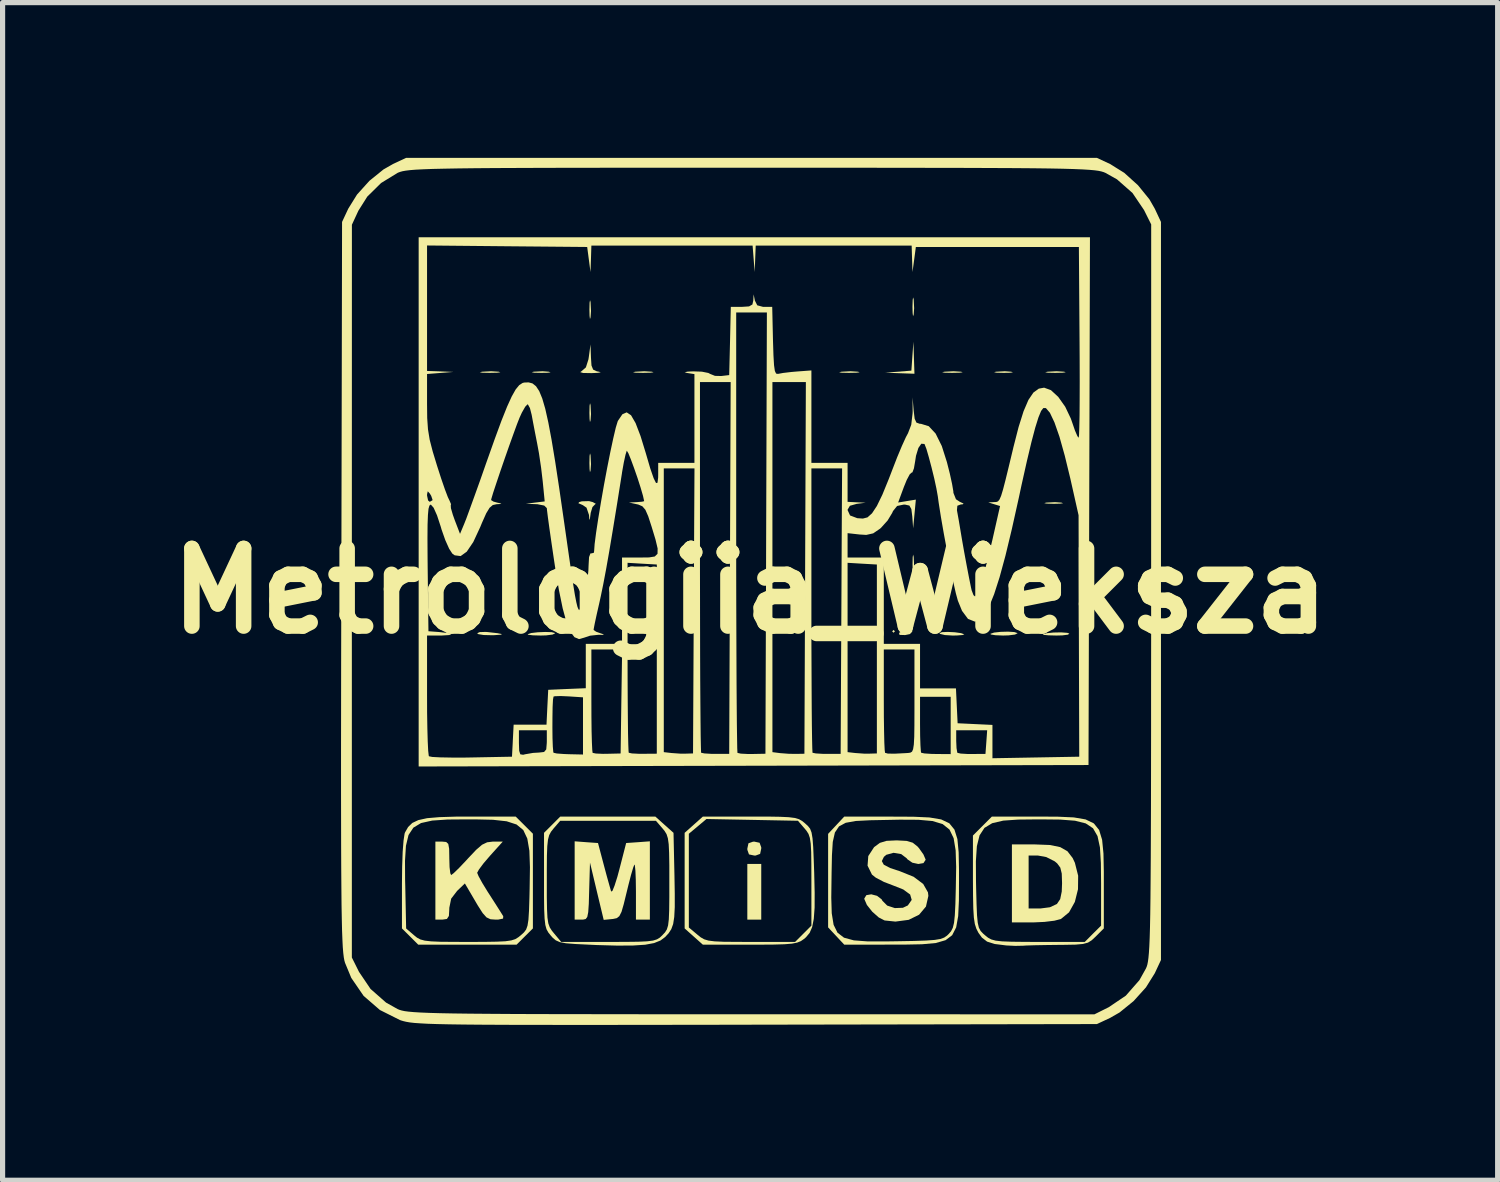
<source format=kicad_pcb>
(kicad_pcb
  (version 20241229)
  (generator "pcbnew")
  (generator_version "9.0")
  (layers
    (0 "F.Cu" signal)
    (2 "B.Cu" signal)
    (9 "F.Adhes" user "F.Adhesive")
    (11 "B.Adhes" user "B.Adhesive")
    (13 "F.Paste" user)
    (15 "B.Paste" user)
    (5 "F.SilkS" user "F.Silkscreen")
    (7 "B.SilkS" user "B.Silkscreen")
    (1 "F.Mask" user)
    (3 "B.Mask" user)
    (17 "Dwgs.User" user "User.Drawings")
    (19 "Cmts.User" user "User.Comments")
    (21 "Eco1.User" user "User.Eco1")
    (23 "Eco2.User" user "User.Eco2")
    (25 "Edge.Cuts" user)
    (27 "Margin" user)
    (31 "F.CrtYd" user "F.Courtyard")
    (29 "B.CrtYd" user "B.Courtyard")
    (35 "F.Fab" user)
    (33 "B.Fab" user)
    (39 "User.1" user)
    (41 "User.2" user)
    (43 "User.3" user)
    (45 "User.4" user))
  (footprint "Metrologiia_Wieksza"
    (layer "F.Cu")
    (at 11.443 8.368)
    (property "Reference" "Metrologiia_Wieksza" (at 0 0 0) (layer "F.SilkS") (effects (font (size 1.5 1.5) (thickness 0.3))))
    (attr board_only exclude_from_pos_files exclude_from_bom)
    (fp_poly (pts (xy 2.798 0.78) (xy 2.771 0.807) (xy 2.744 0.78) (xy 2.771 0.753)) (stroke (width 0) (type solid)) (fill yes) (layer "F.SilkS"))
    (fp_poly (pts (xy -3.888 -4.236) (xy -3.855 -4.224) (xy -3.916 -4.216) (xy -4.036 -4.214) (xy -4.169 -4.217) (xy -4.219 -4.226) (xy -4.184 -4.236) (xy -4.01 -4.245)) (stroke (width 0) (type solid)) (fill yes) (layer "F.SilkS"))
    (fp_poly (pts (xy -3.083 -5.583) (xy -3.074 -5.409) (xy -3.083 -5.287) (xy -3.094 -5.254) (xy -3.102 -5.315) (xy -3.105 -5.435) (xy -3.102 -5.568) (xy -3.093 -5.618)) (stroke (width 0) (type solid)) (fill yes) (layer "F.SilkS"))
    (fp_poly (pts (xy -3.083 -3.592) (xy -3.074 -3.418) (xy -3.083 -3.296) (xy -3.094 -3.263) (xy -3.102 -3.324) (xy -3.105 -3.444) (xy -3.102 -3.577) (xy -3.093 -3.627)) (stroke (width 0) (type solid)) (fill yes) (layer "F.SilkS"))
    (fp_poly (pts (xy -3.083 -2.623) (xy -3.074 -2.45) (xy -3.083 -2.327) (xy -3.094 -2.294) (xy -3.102 -2.355) (xy -3.105 -2.475) (xy -3.102 -2.608) (xy -3.093 -2.658)) (stroke (width 0) (type solid)) (fill yes) (layer "F.SilkS"))
    (fp_poly (pts (xy 0.215 5.812) (xy 0.215 6.35) (xy 0.081 6.35) (xy -0.054 6.35) (xy -0.054 5.812) (xy -0.054 5.274) (xy 0.081 5.274) (xy 0.215 5.274)) (stroke (width 0) (type solid)) (fill yes) (layer "F.SilkS"))
    (fp_poly (pts (xy 3.16 -5.637) (xy 3.169 -5.463) (xy 3.16 -5.341) (xy 3.148 -5.308) (xy 3.14 -5.369) (xy 3.137 -5.489) (xy 3.141 -5.622) (xy 3.149 -5.672)) (stroke (width 0) (type solid)) (fill yes) (layer "F.SilkS"))
    (fp_poly (pts (xy 3.165 -4.507) (xy 3.175 -4.197) (xy 2.892 -4.207) (xy 2.61 -4.217) (xy 2.863 -4.237) (xy 3.116 -4.257) (xy 3.135 -4.537) (xy 3.155 -4.816)) (stroke (width 0) (type solid)) (fill yes) (layer "F.SilkS"))
    (fp_poly (pts (xy 5.045 -4.236) (xy 5.078 -4.224) (xy 5.017 -4.216) (xy 4.897 -4.214) (xy 4.764 -4.217) (xy 4.714 -4.226) (xy 4.749 -4.236) (xy 4.923 -4.245)) (stroke (width 0) (type solid)) (fill yes) (layer "F.SilkS"))
    (fp_poly (pts (xy 6.014 -1.707) (xy 6.047 -1.695) (xy 5.986 -1.687) (xy 5.866 -1.684) (xy 5.733 -1.688) (xy 5.683 -1.696) (xy 5.718 -1.707) (xy 5.892 -1.716)) (stroke (width 0) (type solid)) (fill yes) (layer "F.SilkS"))
    (fp_poly (pts (xy -4.856 -4.236) (xy -4.826 -4.225) (xy -4.89 -4.217) (xy -5.032 -4.214) (xy -5.17 -4.217) (xy -5.223 -4.225) (xy -5.18 -4.236) (xy -5.179 -4.236) (xy -5.003 -4.245)) (stroke (width 0) (type solid)) (fill yes) (layer "F.SilkS"))
    (fp_poly (pts (xy -1.896 -4.236) (xy -1.866 -4.225) (xy -1.93 -4.217) (xy -2.072 -4.214) (xy -2.21 -4.217) (xy -2.263 -4.225) (xy -2.22 -4.236) (xy -2.219 -4.236) (xy -2.043 -4.245)) (stroke (width 0) (type solid)) (fill yes) (layer "F.SilkS"))
    (fp_poly (pts (xy 2.086 -4.236) (xy 2.116 -4.225) (xy 2.052 -4.217) (xy 1.91 -4.214) (xy 1.772 -4.217) (xy 1.719 -4.225) (xy 1.762 -4.236) (xy 1.763 -4.236) (xy 1.939 -4.245)) (stroke (width 0) (type solid)) (fill yes) (layer "F.SilkS"))
    (fp_poly (pts (xy 3.16 -0.66) (xy 3.16 -0.658) (xy 3.169 -0.483) (xy 3.16 -0.335) (xy 3.148 -0.306) (xy 3.141 -0.37) (xy 3.138 -0.511) (xy 3.141 -0.649) (xy 3.149 -0.703)) (stroke (width 0) (type solid)) (fill yes) (layer "F.SilkS"))
    (fp_poly (pts (xy 4.077 -4.236) (xy 4.107 -4.225) (xy 4.043 -4.217) (xy 3.901 -4.214) (xy 3.763 -4.217) (xy 3.71 -4.225) (xy 3.753 -4.236) (xy 3.754 -4.236) (xy 3.93 -4.245)) (stroke (width 0) (type solid)) (fill yes) (layer "F.SilkS"))
    (fp_poly (pts (xy 6.068 -4.236) (xy 6.098 -4.225) (xy 6.034 -4.217) (xy 5.893 -4.214) (xy 5.754 -4.217) (xy 5.701 -4.225) (xy 5.744 -4.236) (xy 5.746 -4.236) (xy 5.921 -4.245)) (stroke (width 0) (type solid)) (fill yes) (layer "F.SilkS"))
    (fp_poly (pts (xy -5.072 0.794) (xy -4.88 0.816) (xy -4.795 0.833) (xy -4.816 0.845) (xy -4.945 0.854) (xy -4.991 0.855) (xy -5.149 0.851) (xy -5.252 0.834) (xy -5.274 0.818) (xy -5.227 0.795) (xy -5.109 0.791)) (stroke (width 0) (type solid)) (fill yes) (layer "F.SilkS"))
    (fp_poly (pts (xy 3.955 0.798) (xy 4.076 0.815) (xy 4.139 0.838) (xy 4.105 0.851) (xy 3.992 0.86) (xy 3.91 0.861) (xy 3.763 0.852) (xy 3.673 0.83) (xy 3.659 0.815) (xy 3.706 0.796) (xy 3.818 0.791)) (stroke (width 0) (type solid)) (fill yes) (layer "F.SilkS"))
    (fp_poly (pts (xy 6.127 0.809) (xy 6.168 0.823) (xy 6.142 0.844) (xy 6.034 0.858) (xy 5.919 0.861) (xy 5.765 0.857) (xy 5.67 0.848) (xy 5.655 0.839) (xy 5.727 0.817) (xy 5.86 0.803) (xy 6.008 0.8)) (stroke (width 0) (type solid)) (fill yes) (layer "F.SilkS"))
    (fp_poly (pts (xy -3.835 0.796) (xy -3.77 0.812) (xy -3.767 0.817) (xy -3.815 0.842) (xy -3.94 0.858) (xy -4.045 0.861) (xy -4.196 0.857) (xy -4.286 0.846) (xy -4.298 0.836) (xy -4.23 0.813) (xy -4.104 0.798) (xy -3.96 0.792)) (stroke (width 0) (type solid)) (fill yes) (layer "F.SilkS"))
    (fp_poly (pts (xy 0.183 4.865) (xy 0.215 4.953) (xy 0.215 4.978) (xy 0.193 5.08) (xy 0.106 5.112) (xy 0.081 5.112) (xy -0.022 5.09) (xy -0.053 5.003) (xy -0.054 4.978) (xy -0.032 4.875) (xy 0.056 4.844) (xy 0.081 4.843)) (stroke (width 0) (type solid)) (fill yes) (layer "F.SilkS"))
    (fp_poly (pts (xy 5.105 0.794) (xy 5.165 0.814) (xy 5.166 0.818) (xy 5.118 0.842) (xy 4.993 0.858) (xy 4.888 0.861) (xy 4.739 0.855) (xy 4.652 0.841) (xy 4.643 0.828) (xy 4.713 0.804) (xy 4.839 0.79) (xy 4.983 0.786)) (stroke (width 0) (type solid)) (fill yes) (layer "F.SilkS"))
    (fp_poly (pts (xy -3.075 -4.51) (xy -3.065 -4.356) (xy -3.033 -4.277) (xy -2.963 -4.244) (xy -2.919 -4.236) (xy -2.886 -4.224) (xy -2.947 -4.214) (xy -3.067 -4.209) (xy -3.227 -4.212) (xy -3.283 -4.228) (xy -3.256 -4.247) (xy -3.173 -4.32) (xy -3.124 -4.474) (xy -3.116 -4.525) (xy -3.084 -4.763)) (stroke (width 0) (type solid)) (fill yes) (layer "F.SilkS"))
    (fp_poly (pts (xy -3.04 -1.717) (xy -2.981 -1.684) (xy -2.997 -1.672) (xy -3.046 -1.622) (xy -3.081 -1.506) (xy -3.082 -1.493) (xy -3.097 -1.385) (xy -3.106 -1.379) (xy -3.113 -1.468) (xy -3.161 -1.609) (xy -3.238 -1.661) (xy -3.319 -1.696) (xy -3.301 -1.718) (xy -3.251 -1.732) (xy -3.113 -1.736)) (stroke (width 0) (type solid)) (fill yes) (layer "F.SilkS"))
    (fp_poly (pts (xy 3.154 0.511) (xy 3.148 0.69) (xy 3.13 0.789) (xy 3.087 0.833) (xy 3.006 0.85) (xy 2.994 0.852) (xy 2.887 0.849) (xy 2.877 0.81) (xy 2.955 0.766) (xy 3.004 0.765) (xy 3.06 0.753) (xy 3.096 0.678) (xy 3.123 0.521) (xy 3.127 0.484) (xy 3.161 0.188)) (stroke (width 0) (type solid)) (fill yes) (layer "F.SilkS"))
    (fp_poly (pts (xy 5.79 4.908) (xy 5.991 4.949) (xy 6.131 5.029) (xy 6.231 5.159) (xy 6.275 5.252) (xy 6.338 5.502) (xy 6.335 5.763) (xy 6.274 6.008) (xy 6.162 6.209) (xy 6.006 6.337) (xy 6.002 6.339) (xy 5.878 6.371) (xy 5.687 6.394) (xy 5.47 6.404) (xy 5.46 6.404) (xy 5.058 6.404) (xy 5.058 5.65) (xy 5.058 5.624) (xy 5.381 5.624) (xy 5.381 6.135) (xy 5.606 6.135) (xy 5.792 6.111) (xy 5.925 6.049) (xy 5.929 6.046) (xy 5.991 5.954) (xy 6.021 5.807) (xy 6.027 5.646) (xy 6.021 5.46) (xy 5.993 5.345) (xy 5.932 5.263) (xy 5.885 5.224) (xy 5.721 5.141) (xy 5.562 5.112) (xy 5.381 5.112) (xy 5.381 5.624) (xy 5.058 5.624) (xy 5.058 4.897) (xy 5.504 4.897)) (stroke (width 0) (type solid)) (fill yes) (layer "F.SilkS"))
    (fp_poly (pts (xy -1.937 5.594) (xy -1.937 6.35) (xy -2.072 6.35) (xy -2.206 6.35) (xy -2.206 5.803) (xy -2.209 5.579) (xy -2.216 5.405) (xy -2.227 5.303) (xy -2.236 5.285) (xy -2.26 5.347) (xy -2.302 5.49) (xy -2.353 5.688) (xy -2.385 5.819) (xy -2.442 6.052) (xy -2.485 6.2) (xy -2.527 6.283) (xy -2.578 6.322) (xy -2.648 6.337) (xy -2.667 6.339) (xy -2.829 6.355) (xy -2.962 5.801) (xy -3.094 5.247) (xy -3.11 5.798) (xy -3.117 6.046) (xy -3.128 6.206) (xy -3.146 6.297) (xy -3.176 6.338) (xy -3.225 6.349) (xy -3.258 6.35) (xy -3.39 6.35) (xy -3.39 5.594) (xy -3.39 4.837) (xy -3.165 4.854) (xy -2.939 4.87) (xy -2.825 5.301) (xy -2.769 5.51) (xy -2.72 5.685) (xy -2.689 5.794) (xy -2.684 5.808) (xy -2.66 5.794) (xy -2.619 5.693) (xy -2.565 5.523) (xy -2.526 5.378) (xy -2.395 4.87) (xy -2.166 4.854) (xy -1.937 4.837)) (stroke (width 0) (type solid)) (fill yes) (layer "F.SilkS"))
    (fp_poly (pts (xy -5.872 4.85) (xy -5.832 4.887) (xy -5.815 4.981) (xy -5.812 5.155) (xy -5.812 5.166) (xy -5.807 5.336) (xy -5.793 5.453) (xy -5.777 5.489) (xy -5.727 5.452) (xy -5.625 5.353) (xy -5.491 5.212) (xy -5.449 5.166) (xy -5.293 5.001) (xy -5.179 4.903) (xy -5.081 4.856) (xy -4.976 4.843) (xy -4.968 4.843) (xy -4.779 4.843) (xy -5.027 5.118) (xy -5.151 5.263) (xy -5.239 5.381) (xy -5.274 5.445) (xy -5.274 5.445) (xy -5.246 5.512) (xy -5.174 5.643) (xy -5.07 5.813) (xy -5.042 5.856) (xy -4.927 6.035) (xy -4.833 6.183) (xy -4.776 6.274) (xy -4.77 6.283) (xy -4.773 6.33) (xy -4.865 6.349) (xy -4.916 6.35) (xy -5.016 6.343) (xy -5.093 6.307) (xy -5.168 6.223) (xy -5.265 6.071) (xy -5.306 6.001) (xy -5.511 5.651) (xy -5.661 5.795) (xy -5.776 5.945) (xy -5.812 6.123) (xy -5.812 6.145) (xy -5.82 6.279) (xy -5.858 6.337) (xy -5.946 6.35) (xy -5.946 6.35) (xy -6.081 6.35) (xy -6.081 5.597) (xy -6.081 4.843) (xy -5.946 4.843)) (stroke (width 0) (type solid)) (fill yes) (layer "F.SilkS"))
    (fp_poly (pts (xy 2.837 4.819) (xy 3.022 4.829) (xy 3.14 4.863) (xy 3.232 4.935) (xy 3.263 4.97) (xy 3.348 5.09) (xy 3.39 5.187) (xy 3.39 5.196) (xy 3.349 5.258) (xy 3.25 5.275) (xy 3.134 5.25) (xy 3.04 5.185) (xy 3.026 5.166) (xy 2.919 5.084) (xy 2.771 5.059) (xy 2.632 5.097) (xy 2.585 5.137) (xy 2.545 5.219) (xy 2.582 5.288) (xy 2.706 5.353) (xy 2.891 5.414) (xy 3.159 5.522) (xy 3.344 5.661) (xy 3.436 5.823) (xy 3.444 5.892) (xy 3.397 6.098) (xy 3.265 6.255) (xy 3.064 6.354) (xy 2.808 6.388) (xy 2.598 6.366) (xy 2.485 6.308) (xy 2.36 6.197) (xy 2.256 6.066) (xy 2.207 5.953) (xy 2.206 5.942) (xy 2.246 5.877) (xy 2.341 5.861) (xy 2.452 5.89) (xy 2.54 5.957) (xy 2.557 5.987) (xy 2.649 6.079) (xy 2.796 6.127) (xy 2.952 6.121) (xy 3.047 6.076) (xy 3.122 5.969) (xy 3.092 5.865) (xy 2.96 5.768) (xy 2.771 5.693) (xy 2.584 5.621) (xy 2.428 5.539) (xy 2.354 5.48) (xy 2.269 5.307) (xy 2.283 5.122) (xy 2.393 4.953) (xy 2.399 4.947) (xy 2.507 4.867) (xy 2.635 4.828) (xy 2.825 4.819)) (stroke (width 0) (type solid)) (fill yes) (layer "F.SilkS"))
    (fp_poly (pts (xy 0.332 4.359) (xy 0.575 4.363) (xy 0.747 4.371) (xy 0.864 4.386) (xy 0.945 4.41) (xy 1.006 4.445) (xy 1.06 4.489) (xy 1.117 4.541) (xy 1.159 4.594) (xy 1.187 4.668) (xy 1.206 4.78) (xy 1.219 4.949) (xy 1.229 5.193) (xy 1.238 5.444) (xy 1.247 5.827) (xy 1.246 6.119) (xy 1.23 6.336) (xy 1.199 6.493) (xy 1.15 6.606) (xy 1.079 6.691) (xy 1.04 6.724) (xy 0.981 6.765) (xy 0.909 6.794) (xy 0.809 6.814) (xy 0.662 6.826) (xy 0.45 6.832) (xy 0.156 6.834) (xy -0.006 6.834) (xy -0.913 6.834) (xy -1.089 6.677) (xy -1.265 6.52) (xy -1.265 5.596) (xy -1.265 4.691) (xy -1.184 4.691) (xy -1.184 5.597) (xy -1.184 6.502) (xy -1.018 6.641) (xy -0.953 6.693) (xy -0.888 6.73) (xy -0.805 6.755) (xy -0.685 6.77) (xy -0.51 6.778) (xy -0.261 6.78) (xy 0.008 6.781) (xy 0.869 6.781) (xy 1.027 6.623) (xy 1.184 6.466) (xy 1.184 5.604) (xy 1.183 5.28) (xy 1.18 5.046) (xy 1.171 4.882) (xy 1.154 4.771) (xy 1.128 4.694) (xy 1.089 4.633) (xy 1.054 4.591) (xy 0.924 4.44) (xy 0.04 4.423) (xy -0.844 4.406) (xy -1.014 4.549) (xy -1.184 4.691) (xy -1.265 4.691) (xy -1.265 4.673) (xy -1.089 4.516) (xy -0.913 4.359) (xy -0.002 4.359)) (stroke (width 0) (type solid)) (fill yes) (layer "F.SilkS"))
    (fp_poly (pts (xy -4.363 4.524) (xy -4.197 4.69) (xy -4.197 5.605) (xy -4.197 6.52) (xy -4.355 6.677) (xy -4.512 6.834) (xy -5.462 6.834) (xy -6.412 6.834) (xy -6.569 6.677) (xy -6.727 6.52) (xy -6.727 5.657) (xy -6.723 5.324) (xy -6.719 5.212) (xy -6.668 5.212) (xy -6.666 5.592) (xy -6.663 5.703) (xy -6.646 6.521) (xy -6.495 6.651) (xy -6.435 6.699) (xy -6.371 6.733) (xy -6.286 6.756) (xy -6.162 6.77) (xy -5.98 6.778) (xy -5.723 6.78) (xy -5.462 6.781) (xy -5.134 6.78) (xy -4.896 6.776) (xy -4.729 6.768) (xy -4.616 6.752) (xy -4.537 6.727) (xy -4.476 6.689) (xy -4.429 6.651) (xy -4.37 6.597) (xy -4.328 6.542) (xy -4.301 6.466) (xy -4.283 6.351) (xy -4.272 6.177) (xy -4.264 5.925) (xy -4.26 5.749) (xy -4.254 5.337) (xy -4.265 5.019) (xy -4.305 4.784) (xy -4.383 4.619) (xy -4.513 4.512) (xy -4.704 4.45) (xy -4.967 4.421) (xy -5.315 4.413) (xy -5.462 4.413) (xy -5.847 4.416) (xy -6.142 4.436) (xy -6.358 4.484) (xy -6.506 4.573) (xy -6.6 4.715) (xy -6.65 4.924) (xy -6.668 5.212) (xy -6.719 5.212) (xy -6.713 5.04) (xy -6.696 4.822) (xy -6.676 4.689) (xy -6.668 4.666) (xy -6.608 4.561) (xy -6.527 4.482) (xy -6.41 4.427) (xy -6.241 4.39) (xy -6.005 4.37) (xy -5.687 4.36) (xy -5.418 4.359) (xy -4.529 4.359)) (stroke (width 0) (type solid)) (fill yes) (layer "F.SilkS"))
    (fp_poly (pts (xy 2.753 4.36) (xy 3.156 4.362) (xy 3.465 4.376) (xy 3.691 4.414) (xy 3.848 4.488) (xy 3.948 4.611) (xy 4.005 4.794) (xy 4.029 5.05) (xy 4.036 5.391) (xy 4.036 5.597) (xy 4.034 5.985) (xy 4.02 6.282) (xy 3.981 6.5) (xy 3.904 6.651) (xy 3.777 6.747) (xy 3.587 6.802) (xy 3.321 6.826) (xy 2.966 6.833) (xy 2.753 6.833) (xy 1.819 6.834) (xy 1.663 6.667) (xy 1.507 6.5) (xy 1.507 5.926) (xy 1.568 5.926) (xy 1.577 6.228) (xy 1.613 6.45) (xy 1.688 6.602) (xy 1.814 6.699) (xy 2.005 6.751) (xy 2.272 6.771) (xy 2.628 6.771) (xy 2.837 6.768) (xy 3.164 6.762) (xy 3.401 6.754) (xy 3.566 6.742) (xy 3.676 6.724) (xy 3.749 6.697) (xy 3.804 6.659) (xy 3.833 6.631) (xy 3.882 6.575) (xy 3.916 6.508) (xy 3.94 6.411) (xy 3.955 6.265) (xy 3.966 6.049) (xy 3.974 5.746) (xy 3.981 5.331) (xy 3.971 5.012) (xy 3.932 4.776) (xy 3.852 4.61) (xy 3.72 4.504) (xy 3.523 4.445) (xy 3.251 4.421) (xy 2.891 4.419) (xy 2.688 4.423) (xy 2.319 4.43) (xy 2.043 4.444) (xy 1.847 4.479) (xy 1.717 4.549) (xy 1.638 4.667) (xy 1.597 4.848) (xy 1.581 5.104) (xy 1.574 5.451) (xy 1.573 5.531) (xy 1.568 5.926) (xy 1.507 5.926) (xy 1.507 5.597) (xy 1.507 4.693) (xy 1.663 4.526) (xy 1.819 4.359)) (stroke (width 0) (type solid)) (fill yes) (layer "F.SilkS"))
    (fp_poly (pts (xy 5.941 4.361) (xy 6.253 4.375) (xy 6.482 4.414) (xy 6.641 4.491) (xy 6.743 4.618) (xy 6.801 4.808) (xy 6.827 5.073) (xy 6.834 5.425) (xy 6.834 5.652) (xy 6.834 6.52) (xy 6.677 6.677) (xy 6.601 6.748) (xy 6.528 6.794) (xy 6.432 6.82) (xy 6.289 6.833) (xy 6.073 6.837) (xy 5.964 6.838) (xy 5.715 6.841) (xy 5.495 6.845) (xy 5.333 6.85) (xy 5.274 6.854) (xy 5.123 6.857) (xy 4.951 6.849) (xy 4.951 6.849) (xy 4.726 6.821) (xy 4.579 6.775) (xy 4.479 6.698) (xy 4.411 6.604) (xy 4.371 6.526) (xy 4.342 6.435) (xy 4.323 6.312) (xy 4.312 6.136) (xy 4.307 5.89) (xy 4.305 5.578) (xy 4.305 5.221) (xy 4.362 5.221) (xy 4.364 5.601) (xy 4.367 5.752) (xy 4.375 6.054) (xy 4.384 6.267) (xy 4.398 6.412) (xy 4.42 6.506) (xy 4.454 6.57) (xy 4.504 6.622) (xy 4.537 6.651) (xy 4.597 6.699) (xy 4.66 6.733) (xy 4.744 6.756) (xy 4.868 6.77) (xy 5.049 6.777) (xy 5.304 6.78) (xy 5.577 6.781) (xy 6.466 6.781) (xy 6.623 6.623) (xy 6.781 6.466) (xy 6.781 5.652) (xy 6.777 5.256) (xy 6.759 4.955) (xy 6.712 4.736) (xy 6.625 4.585) (xy 6.484 4.491) (xy 6.277 4.439) (xy 5.991 4.417) (xy 5.614 4.413) (xy 5.56 4.413) (xy 5.182 4.417) (xy 4.891 4.437) (xy 4.677 4.487) (xy 4.528 4.577) (xy 4.433 4.722) (xy 4.381 4.932) (xy 4.362 5.221) (xy 4.305 5.221) (xy 4.305 4.725) (xy 4.488 4.542) (xy 4.671 4.359) (xy 5.535 4.359)) (stroke (width 0) (type solid)) (fill yes) (layer "F.SilkS"))
    (fp_poly (pts (xy -1.656 4.516) (xy -1.48 4.673) (xy -1.462 5.492) (xy -1.456 5.845) (xy -1.456 6.108) (xy -1.466 6.299) (xy -1.487 6.435) (xy -1.523 6.534) (xy -1.575 6.614) (xy -1.643 6.687) (xy -1.733 6.754) (xy -1.856 6.803) (xy -2.027 6.835) (xy -2.259 6.85) (xy -2.567 6.852) (xy -2.963 6.841) (xy -3.113 6.834) (xy -3.378 6.821) (xy -3.558 6.807) (xy -3.676 6.785) (xy -3.755 6.75) (xy -3.816 6.698) (xy -3.853 6.656) (xy -3.9 6.597) (xy -3.934 6.535) (xy -3.957 6.452) (xy -3.971 6.331) (xy -3.979 6.153) (xy -3.982 5.903) (xy -3.982 5.595) (xy -3.928 5.595) (xy -3.928 5.917) (xy -3.924 6.149) (xy -3.916 6.311) (xy -3.899 6.422) (xy -3.871 6.5) (xy -3.831 6.563) (xy -3.789 6.615) (xy -3.65 6.781) (xy -2.737 6.781) (xy -2.404 6.78) (xy -2.161 6.777) (xy -1.991 6.769) (xy -1.876 6.755) (xy -1.8 6.731) (xy -1.744 6.697) (xy -1.693 6.649) (xy -1.693 6.648) (xy -1.644 6.596) (xy -1.609 6.54) (xy -1.585 6.462) (xy -1.571 6.346) (xy -1.564 6.173) (xy -1.561 5.925) (xy -1.561 5.629) (xy -1.561 5.3) (xy -1.565 5.061) (xy -1.573 4.893) (xy -1.589 4.779) (xy -1.614 4.7) (xy -1.651 4.639) (xy -1.69 4.591) (xy -1.82 4.44) (xy -2.744 4.44) (xy -3.669 4.44) (xy -3.799 4.591) (xy -3.847 4.652) (xy -3.882 4.717) (xy -3.905 4.803) (xy -3.919 4.93) (xy -3.926 5.115) (xy -3.928 5.378) (xy -3.928 5.595) (xy -3.982 5.595) (xy -3.982 5.589) (xy -3.982 4.673) (xy -3.825 4.516) (xy -3.668 4.359) (xy -2.749 4.359) (xy -1.831 4.359)) (stroke (width 0) (type solid)) (fill yes) (layer "F.SilkS"))
    (fp_poly (pts (xy 6.955 -8.249) (xy 7.228 -8.079) (xy 7.493 -7.84) (xy 7.714 -7.568) (xy 7.819 -7.385) (xy 7.938 -7.13) (xy 7.938 0) (xy 7.938 7.13) (xy 7.819 7.385) (xy 7.648 7.659) (xy 7.409 7.924) (xy 7.138 8.144) (xy 6.955 8.249) (xy 6.7 8.368) (xy 0.108 8.38) (xy -0.873 8.382) (xy -1.751 8.383) (xy -2.534 8.384) (xy -3.226 8.385) (xy -3.835 8.384) (xy -4.365 8.384) (xy -4.822 8.382) (xy -5.213 8.38) (xy -5.543 8.377) (xy -5.818 8.373) (xy -6.045 8.368) (xy -6.228 8.362) (xy -6.373 8.354) (xy -6.488 8.346) (xy -6.576 8.336) (xy -6.645 8.324) (xy -6.7 8.311) (xy -6.747 8.297) (xy -6.768 8.289) (xy -7.153 8.096) (xy -7.468 7.823) (xy -7.706 7.476) (xy -7.827 7.184) (xy -7.84 7.137) (xy -7.85 7.082) (xy -7.695 7.082) (xy -7.557 7.359) (xy -7.334 7.689) (xy -7.034 7.953) (xy -6.811 8.078) (xy -6.775 8.093) (xy -6.731 8.106) (xy -6.674 8.118) (xy -6.598 8.128) (xy -6.497 8.137) (xy -6.365 8.145) (xy -6.197 8.152) (xy -5.986 8.158) (xy -5.728 8.163) (xy -5.415 8.167) (xy -5.043 8.17) (xy -4.606 8.173) (xy -4.097 8.175) (xy -3.511 8.176) (xy -2.843 8.177) (xy -2.086 8.178) (xy -1.235 8.178) (xy -0.284 8.178) (xy 0.03 8.178) (xy 6.652 8.18) (xy 6.929 8.042) (xy 7.259 7.819) (xy 7.522 7.519) (xy 7.647 7.295) (xy 7.662 7.26) (xy 7.675 7.218) (xy 7.686 7.162) (xy 7.696 7.088) (xy 7.705 6.99) (xy 7.713 6.862) (xy 7.72 6.698) (xy 7.726 6.494) (xy 7.731 6.243) (xy 7.735 5.94) (xy 7.738 5.58) (xy 7.741 5.156) (xy 7.743 4.663) (xy 7.745 4.096) (xy 7.746 3.449) (xy 7.747 2.716) (xy 7.747 1.892) (xy 7.748 0.971) (xy 7.748 -0.003) (xy 7.749 -7.082) (xy 7.611 -7.359) (xy 7.388 -7.689) (xy 7.088 -7.953) (xy 6.865 -8.078) (xy 6.829 -8.093) (xy 6.785 -8.106) (xy 6.728 -8.118) (xy 6.652 -8.128) (xy 6.551 -8.137) (xy 6.419 -8.145) (xy 6.251 -8.152) (xy 6.041 -8.158) (xy 5.782 -8.163) (xy 5.47 -8.167) (xy 5.098 -8.17) (xy 4.661 -8.172) (xy 4.153 -8.174) (xy 3.567 -8.175) (xy 2.899 -8.176) (xy 2.143 -8.177) (xy 1.292 -8.177) (xy 0.341 -8.177) (xy 0.027 -8.177) (xy -0.956 -8.177) (xy -1.837 -8.177) (xy -2.622 -8.177) (xy -3.317 -8.176) (xy -3.927 -8.175) (xy -4.458 -8.173) (xy -4.917 -8.171) (xy -5.308 -8.168) (xy -5.638 -8.164) (xy -5.913 -8.159) (xy -6.137 -8.154) (xy -6.318 -8.147) (xy -6.46 -8.14) (xy -6.57 -8.131) (xy -6.653 -8.121) (xy -6.715 -8.11) (xy -6.762 -8.097) (xy -6.8 -8.083) (xy -6.811 -8.078) (xy -7.13 -7.882) (xy -7.397 -7.619) (xy -7.569 -7.346) (xy -7.694 -7.076) (xy -7.695 0.003) (xy -7.695 7.082) (xy -7.85 7.082) (xy -7.851 7.075) (xy -7.861 6.992) (xy -7.87 6.883) (xy -7.877 6.743) (xy -7.884 6.564) (xy -7.889 6.343) (xy -7.894 6.073) (xy -7.897 5.75) (xy -7.9 5.366) (xy -7.902 4.918) (xy -7.903 4.398) (xy -7.904 3.802) (xy -7.904 3.125) (xy -7.903 2.36) (xy -7.902 1.501) (xy -7.9 0.545) (xy -7.898 -0.108) (xy -7.884 -7.13) (xy -7.765 -7.385) (xy -7.595 -7.659) (xy -7.356 -7.924) (xy -7.084 -8.144) (xy -6.901 -8.249) (xy -6.646 -8.368) (xy 0.027 -8.368) (xy 6.7 -8.368)) (stroke (width 0) (type solid)) (fill yes) (layer "F.SilkS"))
    (fp_poly (pts (xy 6.552 -1.735) (xy 6.538 3.363) (xy 0.067 3.377) (xy -6.404 3.391) (xy -6.404 0.861) (xy -6.242 0.861) (xy -6.242 2.009) (xy -6.241 2.35) (xy -6.236 2.655) (xy -6.229 2.906) (xy -6.22 3.088) (xy -6.209 3.184) (xy -6.205 3.194) (xy -6.141 3.207) (xy -5.989 3.215) (xy -5.77 3.219) (xy -5.503 3.219) (xy -5.384 3.217) (xy -4.601 3.202) (xy -4.587 2.939) (xy -4.467 2.939) (xy -4.462 3.089) (xy -4.44 3.156) (xy -4.386 3.165) (xy -4.345 3.155) (xy -4.195 3.129) (xy -4.076 3.122) (xy -3.981 3.111) (xy -3.939 3.061) (xy -3.929 2.94) (xy -3.928 2.906) (xy -3.928 2.691) (xy -4.197 2.691) (xy -4.467 2.691) (xy -4.467 2.939) (xy -4.587 2.939) (xy -4.585 2.892) (xy -4.572 2.64) (xy -3.82 2.64) (xy -3.818 2.843) (xy -3.812 3.009) (xy -3.803 3.109) (xy -3.798 3.126) (xy -3.736 3.14) (xy -3.602 3.15) (xy -3.502 3.154) (xy -3.229 3.16) (xy -3.229 2.608) (xy -3.229 2.117) (xy -3.067 2.117) (xy -3.066 2.431) (xy -3.063 2.707) (xy -3.057 2.927) (xy -3.05 3.073) (xy -3.043 3.128) (xy -2.979 3.141) (xy -2.845 3.147) (xy -2.76 3.146) (xy -2.502 3.14) (xy -2.488 2.135) (xy -2.475 1.28) (xy -2.368 1.28) (xy -2.367 1.712) (xy -2.365 2.109) (xy -2.362 2.458) (xy -2.359 2.746) (xy -2.354 2.962) (xy -2.349 3.092) (xy -2.345 3.126) (xy -2.283 3.139) (xy -2.149 3.146) (xy -2.063 3.146) (xy -1.803 3.144) (xy -1.803 1.316) (xy -1.803 0.373) (xy -1.668 0.373) (xy -1.668 3.114) (xy -1.52 3.131) (xy -1.352 3.143) (xy -1.238 3.143) (xy -1.103 3.139) (xy -1.089 0.385) (xy -1.085 -0.466) (xy -0.969 -0.466) (xy -0.968 0.143) (xy -0.967 0.721) (xy -0.966 1.257) (xy -0.964 1.744) (xy -0.961 2.171) (xy -0.958 2.531) (xy -0.955 2.814) (xy -0.951 3.011) (xy -0.948 3.113) (xy -0.946 3.126) (xy -0.883 3.139) (xy -0.75 3.147) (xy -0.663 3.148) (xy -0.404 3.148) (xy -0.39 -0.444) (xy -0.387 -1.139) (xy -0.269 -1.139) (xy -0.269 -0.473) (xy -0.268 0.161) (xy -0.266 0.756) (xy -0.264 1.303) (xy -0.262 1.794) (xy -0.259 2.221) (xy -0.256 2.575) (xy -0.252 2.849) (xy -0.249 3.034) (xy -0.245 3.123) (xy -0.243 3.129) (xy -0.179 3.143) (xy -0.044 3.15) (xy 0.039 3.15) (xy 0.296 3.145) (xy 0.308 -0.461) (xy 0.431 -0.461) (xy 0.431 3.114) (xy 0.578 3.133) (xy 0.749 3.146) (xy 0.888 3.148) (xy 1.049 3.145) (xy 1.06 0.368) (xy 1.184 0.368) (xy 1.184 0.9) (xy 1.186 1.399) (xy 1.188 1.854) (xy 1.19 2.256) (xy 1.193 2.593) (xy 1.197 2.857) (xy 1.201 3.036) (xy 1.205 3.12) (xy 1.206 3.126) (xy 1.269 3.139) (xy 1.402 3.147) (xy 1.489 3.148) (xy 1.749 3.148) (xy 1.758 1.285) (xy 1.883 1.285) (xy 1.883 3.114) (xy 2.031 3.131) (xy 2.199 3.143) (xy 2.314 3.143) (xy 2.449 3.139) (xy 2.449 2.117) (xy 2.583 2.117) (xy 2.584 2.431) (xy 2.588 2.707) (xy 2.593 2.927) (xy 2.6 3.073) (xy 2.607 3.127) (xy 2.661 3.142) (xy 2.79 3.144) (xy 3.008 3.133) (xy 3.054 3.13) (xy 3.096 3.124) (xy 3.128 3.105) (xy 3.149 3.057) (xy 3.163 2.967) (xy 3.171 2.818) (xy 3.174 2.598) (xy 3.174 2.574) (xy 3.283 2.574) (xy 3.285 2.801) (xy 3.291 2.984) (xy 3.299 3.099) (xy 3.305 3.126) (xy 3.367 3.139) (xy 3.502 3.148) (xy 3.601 3.15) (xy 3.875 3.152) (xy 3.875 2.897) (xy 3.982 2.897) (xy 3.988 3.036) (xy 4.002 3.12) (xy 4.007 3.128) (xy 4.07 3.142) (xy 4.205 3.15) (xy 4.289 3.15) (xy 4.547 3.148) (xy 4.564 2.919) (xy 4.58 2.691) (xy 4.281 2.691) (xy 3.982 2.691) (xy 3.982 2.897) (xy 3.875 2.897) (xy 3.875 2.599) (xy 3.875 2.045) (xy 3.579 2.045) (xy 3.283 2.045) (xy 3.283 2.574) (xy 3.174 2.574) (xy 3.175 2.291) (xy 3.175 2.126) (xy 3.175 1.13) (xy 2.879 1.13) (xy 2.583 1.13) (xy 2.583 2.117) (xy 2.449 2.117) (xy 2.449 1.314) (xy 2.449 -0.511) (xy 2.166 -0.527) (xy 1.883 -0.544) (xy 1.883 1.285) (xy 1.758 1.285) (xy 1.763 0.39) (xy 1.77 -1.117) (xy 1.883 -1.117) (xy 1.883 -0.881) (xy 1.883 -0.646) (xy 2.233 -0.646) (xy 2.583 -0.646) (xy 2.583 0.188) (xy 2.583 1.022) (xy 2.933 1.022) (xy 3.283 1.022) (xy 3.283 1.453) (xy 3.283 1.883) (xy 3.63 1.883) (xy 3.977 1.883) (xy 3.993 2.22) (xy 4.009 2.556) (xy 4.345 2.572) (xy 4.682 2.588) (xy 4.682 2.91) (xy 4.682 3.232) (xy 5.52 3.217) (xy 6.359 3.202) (xy 6.352 0.87) (xy 6.346 -1.463) (xy 6.187 -2.171) (xy 6.079 -2.615) (xy 5.977 -2.979) (xy 5.88 -3.257) (xy 5.792 -3.443) (xy 5.715 -3.533) (xy 5.665 -3.534) (xy 5.622 -3.478) (xy 5.571 -3.354) (xy 5.509 -3.156) (xy 5.435 -2.876) (xy 5.347 -2.507) (xy 5.243 -2.042) (xy 5.192 -1.803) (xy 5.056 -1.192) (xy 4.933 -0.681) (xy 4.82 -0.266) (xy 4.715 0.061) (xy 4.617 0.304) (xy 4.523 0.469) (xy 4.431 0.564) (xy 4.342 0.592) (xy 4.21 0.54) (xy 4.094 0.384) (xy 4.014 0.188) (xy 3.975 0.046) (xy 3.924 -0.179) (xy 3.865 -0.463) (xy 3.803 -0.781) (xy 3.742 -1.11) (xy 3.687 -1.426) (xy 3.643 -1.705) (xy 3.626 -1.83) (xy 3.599 -1.981) (xy 3.557 -2.176) (xy 3.505 -2.388) (xy 3.452 -2.587) (xy 3.406 -2.745) (xy 3.372 -2.833) (xy 3.367 -2.84) (xy 3.308 -2.845) (xy 3.251 -2.763) (xy 3.205 -2.612) (xy 3.189 -2.508) (xy 3.165 -2.369) (xy 3.136 -2.292) (xy 3.121 -2.287) (xy 3.084 -2.254) (xy 3.026 -2.145) (xy 2.971 -2.01) (xy 2.86 -1.709) (xy 3.031 -1.737) (xy 3.202 -1.765) (xy 3.176 -1.488) (xy 3.15 -1.211) (xy 3.133 -1.44) (xy 3.115 -1.583) (xy 3.077 -1.65) (xy 2.996 -1.668) (xy 2.963 -1.668) (xy 2.84 -1.642) (xy 2.761 -1.544) (xy 2.744 -1.506) (xy 2.656 -1.361) (xy 2.529 -1.22) (xy 2.511 -1.204) (xy 2.378 -1.113) (xy 2.244 -1.083) (xy 2.115 -1.091) (xy 1.883 -1.117) (xy 1.77 -1.117) (xy 1.777 -2.368) (xy 1.48 -2.368) (xy 1.184 -2.368) (xy 1.184 0.368) (xy 1.06 0.368) (xy 1.063 -0.446) (xy 1.077 -4.036) (xy 0.754 -4.036) (xy 0.431 -4.036) (xy 0.431 -0.461) (xy 0.308 -0.461) (xy 0.31 -1.118) (xy 0.324 -5.381) (xy 0.027 -5.381) (xy -0.269 -5.381) (xy -0.269 -1.139) (xy -0.387 -1.139) (xy -0.376 -4.036) (xy -0.672 -4.036) (xy -0.969 -4.036) (xy -0.969 -0.466) (xy -1.085 -0.466) (xy -1.075 -2.368) (xy -1.372 -2.368) (xy -1.668 -2.368) (xy -1.668 0.373) (xy -1.803 0.373) (xy -1.803 -0.511) (xy -2.085 -0.527) (xy -2.368 -0.544) (xy -2.368 1.28) (xy -2.475 1.28) (xy -2.473 1.13) (xy -2.77 1.13) (xy -3.067 1.13) (xy -3.067 2.117) (xy -3.229 2.117) (xy -3.229 2.055) (xy -3.502 2.037) (xy -3.662 2.03) (xy -3.772 2.034) (xy -3.798 2.04) (xy -3.809 2.101) (xy -3.816 2.241) (xy -3.819 2.43) (xy -3.82 2.64) (xy -4.572 2.64) (xy -4.569 2.583) (xy -4.251 2.583) (xy -3.934 2.583) (xy -3.918 2.247) (xy -3.901 1.91) (xy -3.538 1.894) (xy -3.175 1.879) (xy -3.175 1.451) (xy -3.175 1.022) (xy -2.825 1.022) (xy -2.475 1.022) (xy -2.475 0.188) (xy -2.475 -0.646) (xy -2.126 -0.646) (xy -1.952 -0.648) (xy -1.842 -0.666) (xy -1.789 -0.718) (xy -1.787 -0.821) (xy -1.828 -0.993) (xy -1.902 -1.238) (xy -1.969 -1.444) (xy -2.024 -1.569) (xy -2.082 -1.636) (xy -2.158 -1.669) (xy -2.184 -1.675) (xy -2.341 -1.709) (xy -2.193 -1.716) (xy -2.086 -1.725) (xy -2.047 -1.735) (xy -2.07 -1.839) (xy -2.116 -1.997) (xy -2.176 -2.184) (xy -2.242 -2.374) (xy -2.304 -2.542) (xy -2.353 -2.662) (xy -2.382 -2.709) (xy -2.384 -2.708) (xy -2.408 -2.631) (xy -2.441 -2.48) (xy -2.475 -2.288) (xy -2.475 -2.283) (xy -2.57 -1.685) (xy -2.652 -1.183) (xy -2.722 -0.764) (xy -2.783 -0.418) (xy -2.837 -0.133) (xy -2.885 0.101) (xy -2.916 0.242) (xy -2.965 0.457) (xy -3.002 0.629) (xy -3.022 0.734) (xy -3.024 0.753) (xy -2.976 0.787) (xy -2.896 0.816) (xy -2.824 0.84) (xy -2.85 0.848) (xy -2.933 0.847) (xy -3.092 0.864) (xy -3.209 0.903) (xy -3.306 0.93) (xy -3.394 0.893) (xy -3.474 0.786) (xy -3.549 0.602) (xy -3.622 0.333) (xy -3.696 -0.028) (xy -3.772 -0.486) (xy -3.796 -0.646) (xy -3.84 -0.946) (xy -3.878 -1.211) (xy -3.907 -1.422) (xy -3.924 -1.559) (xy -3.928 -1.601) (xy -3.978 -1.65) (xy -4.108 -1.676) (xy -4.13 -1.677) (xy -4.332 -1.685) (xy -4.151 -1.708) (xy -3.969 -1.73) (xy -4.007 -2.116) (xy -4.038 -2.379) (xy -4.08 -2.662) (xy -4.115 -2.852) (xy -4.158 -3.071) (xy -4.198 -3.28) (xy -4.221 -3.404) (xy -4.254 -3.533) (xy -4.292 -3.602) (xy -4.301 -3.606) (xy -4.345 -3.56) (xy -4.411 -3.444) (xy -4.454 -3.35) (xy -4.503 -3.225) (xy -4.572 -3.036) (xy -4.655 -2.805) (xy -4.743 -2.554) (xy -4.829 -2.304) (xy -4.905 -2.078) (xy -4.965 -1.897) (xy -4.999 -1.783) (xy -5.005 -1.756) (xy -4.959 -1.727) (xy -4.884 -1.706) (xy -4.806 -1.689) (xy -4.83 -1.68) (xy -4.9 -1.676) (xy -4.972 -1.66) (xy -5.034 -1.607) (xy -5.099 -1.5) (xy -5.181 -1.316) (xy -5.214 -1.236) (xy -5.349 -0.945) (xy -5.475 -0.759) (xy -5.593 -0.674) (xy -5.708 -0.689) (xy -5.754 -0.722) (xy -5.815 -0.816) (xy -5.889 -0.981) (xy -5.962 -1.188) (xy -5.977 -1.241) (xy -6.049 -1.46) (xy -6.115 -1.608) (xy -6.168 -1.668) (xy -6.173 -1.668) (xy -6.196 -1.65) (xy -6.214 -1.587) (xy -6.225 -1.468) (xy -6.232 -1.281) (xy -6.234 -1.016) (xy -6.232 -0.66) (xy -6.23 -0.445) (xy -6.215 0.778) (xy -6.003 0.794) (xy -5.836 0.814) (xy -5.773 0.835) (xy -5.814 0.852) (xy -5.96 0.861) (xy -5.991 0.861) (xy -6.242 0.861) (xy -6.404 0.861) (xy -6.404 -1.722) (xy -6.404 -1.843) (xy -6.242 -1.843) (xy -6.222 -1.749) (xy -6.189 -1.722) (xy -6.137 -1.753) (xy -6.136 -1.762) (xy -6.162 -1.838) (xy -6.189 -1.883) (xy -6.228 -1.926) (xy -6.241 -1.872) (xy -6.242 -1.843) (xy -6.404 -1.843) (xy -6.404 -5.463) (xy -6.242 -5.463) (xy -6.242 -4.251) (xy -5.987 -4.242) (xy -5.731 -4.232) (xy -5.987 -4.212) (xy -6.242 -4.192) (xy -6.242 -3.611) (xy -6.239 -3.34) (xy -6.224 -3.123) (xy -6.191 -2.921) (xy -6.133 -2.696) (xy -6.048 -2.417) (xy -5.969 -2.172) (xy -5.897 -1.963) (xy -5.84 -1.813) (xy -5.807 -1.744) (xy -5.778 -1.676) (xy -5.784 -1.66) (xy -5.781 -1.6) (xy -5.744 -1.473) (xy -5.707 -1.369) (xy -5.605 -1.103) (xy -5.526 -1.292) (xy -5.483 -1.4) (xy -5.413 -1.592) (xy -5.321 -1.846) (xy -5.214 -2.144) (xy -5.101 -2.467) (xy -5.092 -2.492) (xy -4.934 -2.937) (xy -4.804 -3.29) (xy -4.696 -3.56) (xy -4.606 -3.758) (xy -4.53 -3.893) (xy -4.461 -3.977) (xy -4.396 -4.019) (xy -4.364 -4.027) (xy -4.28 -4.03) (xy -4.205 -4.01) (xy -4.137 -3.956) (xy -4.075 -3.862) (xy -4.016 -3.719) (xy -3.958 -3.52) (xy -3.899 -3.256) (xy -3.836 -2.92) (xy -3.767 -2.503) (xy -3.69 -1.997) (xy -3.603 -1.395) (xy -3.577 -1.213) (xy -3.512 -0.758) (xy -3.46 -0.398) (xy -3.418 -0.123) (xy -3.385 0.079) (xy -3.358 0.218) (xy -3.336 0.307) (xy -3.316 0.355) (xy -3.297 0.374) (xy -3.284 0.377) (xy -3.253 0.329) (xy -3.213 0.204) (xy -3.182 0.072) (xy -3.147 -0.157) (xy -3.125 -0.394) (xy -3.121 -0.496) (xy -3.112 -0.654) (xy -3.085 -0.726) (xy -3.067 -0.726) (xy -3.02 -0.737) (xy -3.014 -0.768) (xy -3.004 -0.908) (xy -2.976 -1.125) (xy -2.934 -1.401) (xy -2.882 -1.715) (xy -2.824 -2.047) (xy -2.762 -2.377) (xy -2.701 -2.684) (xy -2.644 -2.95) (xy -2.596 -3.154) (xy -2.559 -3.276) (xy -2.552 -3.29) (xy -2.468 -3.414) (xy -2.385 -3.451) (xy -2.301 -3.395) (xy -2.213 -3.244) (xy -2.117 -2.993) (xy -2.016 -2.664) (xy -1.93 -2.37) (xy -1.864 -2.178) (xy -1.818 -2.086) (xy -1.79 -2.09) (xy -1.777 -2.189) (xy -1.776 -2.249) (xy -1.776 -2.475) (xy -1.426 -2.475) (xy -1.076 -2.475) (xy -1.076 -3.333) (xy -1.076 -4.19) (xy -1.224 -4.213) (xy -1.264 -4.226) (xy -1.206 -4.238) (xy -1.1 -4.243) (xy -0.932 -4.237) (xy -0.807 -4.212) (xy -0.771 -4.193) (xy -0.679 -4.156) (xy -0.558 -4.153) (xy -0.404 -4.171) (xy -0.388 -4.83) (xy -0.373 -5.489) (xy -0.16 -5.489) (xy -0.02 -5.498) (xy 0.044 -5.535) (xy 0.061 -5.61) (xy 0.068 -5.731) (xy 0.092 -5.61) (xy 0.138 -5.519) (xy 0.25 -5.489) (xy 0.271 -5.489) (xy 0.427 -5.489) (xy 0.442 -4.83) (xy 0.451 -4.55) (xy 0.462 -4.363) (xy 0.478 -4.251) (xy 0.502 -4.2) (xy 0.536 -4.194) (xy 0.538 -4.194) (xy 0.636 -4.212) (xy 0.797 -4.231) (xy 0.901 -4.24) (xy 1.184 -4.261) (xy 1.184 -3.368) (xy 1.184 -2.475) (xy 1.534 -2.475) (xy 1.883 -2.475) (xy 1.883 -2.099) (xy 1.883 -1.722) (xy 2.058 -1.713) (xy 2.233 -1.705) (xy 2.058 -1.683) (xy 1.928 -1.646) (xy 1.884 -1.572) (xy 1.883 -1.563) (xy 1.931 -1.459) (xy 2.071 -1.406) (xy 2.179 -1.399) (xy 2.268 -1.422) (xy 2.355 -1.5) (xy 2.449 -1.642) (xy 2.555 -1.86) (xy 2.68 -2.166) (xy 2.746 -2.338) (xy 2.841 -2.583) (xy 2.933 -2.803) (xy 3.009 -2.97) (xy 3.051 -3.049) (xy 3.113 -3.211) (xy 3.139 -3.432) (xy 3.14 -3.463) (xy 3.139 -3.74) (xy 3.16 -3.484) (xy 3.179 -3.328) (xy 3.213 -3.253) (xy 3.278 -3.23) (xy 3.303 -3.229) (xy 3.452 -3.183) (xy 3.584 -3.041) (xy 3.703 -2.801) (xy 3.802 -2.49) (xy 3.859 -2.265) (xy 3.902 -2.067) (xy 3.926 -1.928) (xy 3.928 -1.895) (xy 3.977 -1.772) (xy 4.049 -1.724) (xy 4.125 -1.688) (xy 4.103 -1.673) (xy 4.072 -1.672) (xy 4.004 -1.647) (xy 3.996 -1.561) (xy 4.003 -1.52) (xy 4.031 -1.366) (xy 4.062 -1.182) (xy 4.066 -1.157) (xy 4.095 -0.984) (xy 4.136 -0.752) (xy 4.183 -0.498) (xy 4.229 -0.258) (xy 4.267 -0.071) (xy 4.28 -0.013) (xy 4.316 0.081) (xy 4.348 0.108) (xy 4.387 0.057) (xy 4.443 -0.09) (xy 4.513 -0.32) (xy 4.594 -0.624) (xy 4.682 -0.991) (xy 4.704 -1.089) (xy 4.829 -1.641) (xy 4.715 -1.676) (xy 4.601 -1.711) (xy 4.715 -1.717) (xy 4.756 -1.719) (xy 4.789 -1.731) (xy 4.818 -1.766) (xy 4.849 -1.837) (xy 4.886 -1.958) (xy 4.934 -2.143) (xy 4.998 -2.405) (xy 5.083 -2.759) (xy 5.084 -2.765) (xy 5.187 -3.167) (xy 5.283 -3.472) (xy 5.377 -3.691) (xy 5.473 -3.833) (xy 5.578 -3.909) (xy 5.68 -3.928) (xy 5.812 -3.88) (xy 5.953 -3.75) (xy 6.088 -3.559) (xy 6.197 -3.33) (xy 6.222 -3.258) (xy 6.277 -3.098) (xy 6.324 -2.99) (xy 6.348 -2.96) (xy 6.355 -3.012) (xy 6.36 -3.159) (xy 6.365 -3.389) (xy 6.367 -3.689) (xy 6.368 -4.049) (xy 6.367 -4.454) (xy 6.365 -4.803) (xy 6.352 -6.646) (xy 4.777 -6.646) (xy 3.202 -6.646) (xy 3.17 -6.404) (xy 3.137 -6.162) (xy 3.129 -6.417) (xy 3.121 -6.673) (xy 1.614 -6.673) (xy 0.108 -6.673) (xy 0.098 -6.417) (xy 0.088 -6.162) (xy 0.068 -6.417) (xy 0.048 -6.673) (xy -1.51 -6.673) (xy -3.067 -6.673) (xy -3.075 -6.417) (xy -3.084 -6.162) (xy -3.116 -6.404) (xy -3.148 -6.646) (xy -4.695 -6.66) (xy -6.242 -6.675) (xy -6.242 -5.463) (xy -6.404 -5.463) (xy -6.404 -6.834) (xy 0.081 -6.834) (xy 6.566 -6.834)) (stroke (width 0) (type solid)) (fill yes) (layer "F.SilkS")))
  (gr_rect
    (start -3 -3)
    (end 25.886 19.753)
    (stroke (width 0.1) (type default))
    (fill no)
    (layer "Edge.Cuts")))
</source>
